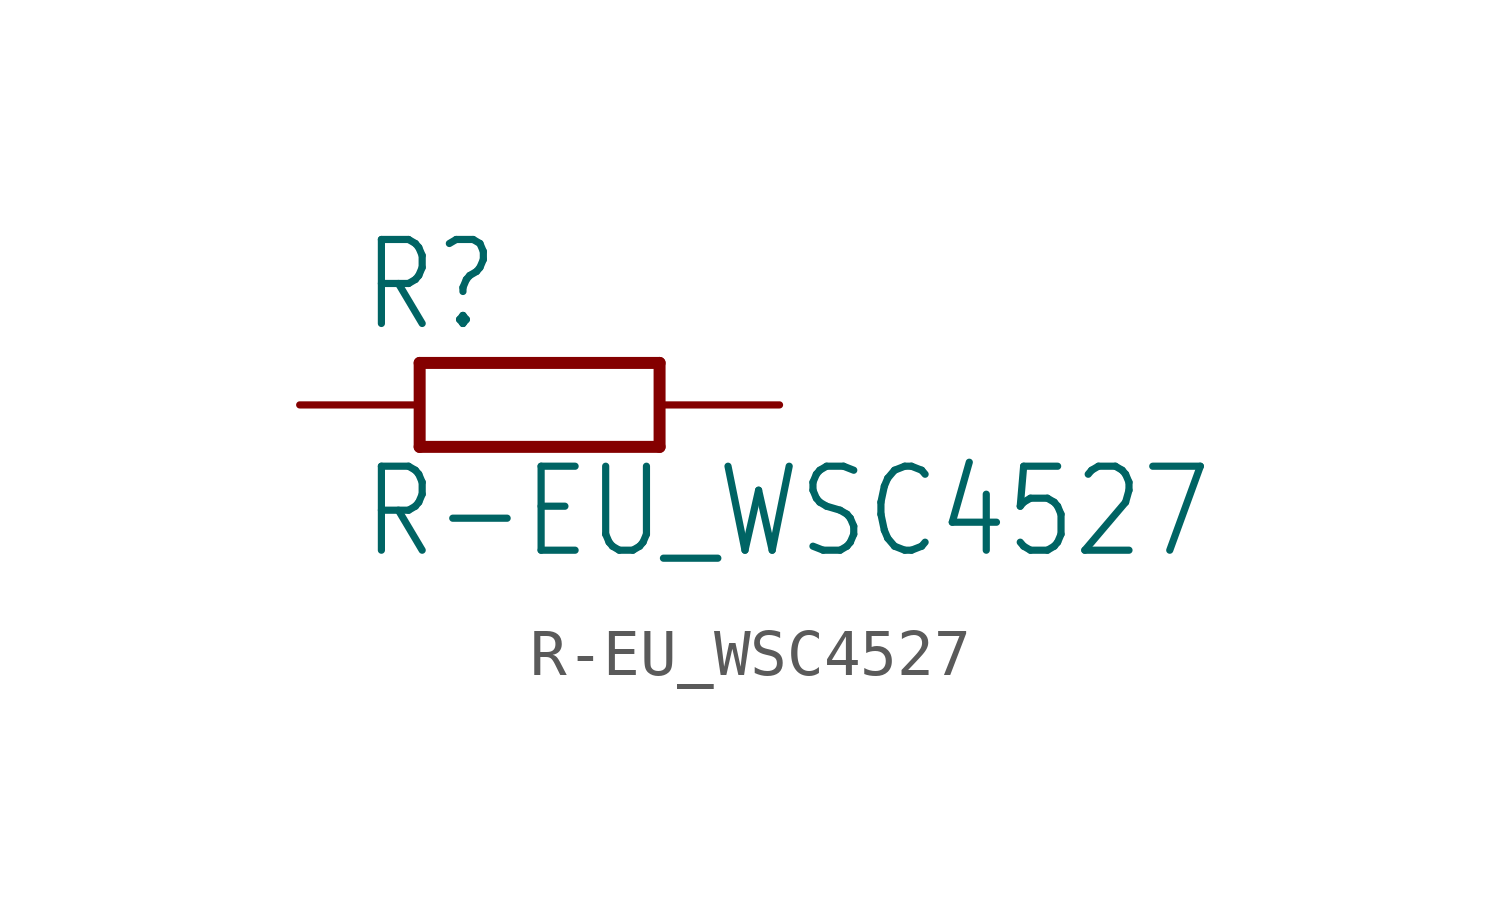
<source format=kicad_sym>
(kicad_symbol_lib
  (version 20220331)
  (generator kicad_symbol_editor)
  (symbol "R-EU_WSC4527"
    (property "Reference" "R"
      (at -3.81 1.499 0)
      (effects (font (size 1.778 1.511)) (justify left bottom)))
    (property "Value" "R-EU_WSC4527"
      (at -3.81 -3.302 0)
      (effects (font (size 1.778 1.511)) (justify left bottom)))
    (property "ki_locked" ""
      (at 0 0 0)
      (effects (font (size 1.27 1.27))))
    (symbol "R-EU_WSC4527_1_0"
      (polyline (pts (xy -2.54 -0.889) (xy -2.54 0.889)) (stroke (width 0.254) (type solid)) (fill (type none)))
      (polyline (pts (xy -2.54 -0.889) (xy 2.54 -0.889)) (stroke (width 0.254) (type solid)) (fill (type none)))
      (polyline (pts (xy 2.54 -0.889) (xy 2.54 0.889)) (stroke (width 0.254) (type solid)) (fill (type none)))
      (polyline (pts (xy 2.54 0.889) (xy -2.54 0.889)) (stroke (width 0.254) (type solid)) (fill (type none)))
      (pin passive line (at -5.08 0 0) (length 2.54) (name "1" (effects (font (size 0 0)))) (number "1" (effects (font (size 0 0)))))
      (pin passive line (at 5.08 0 180) (length 2.54) (name "2" (effects (font (size 0 0)))) (number "2" (effects (font (size 0 0))))))))
</source>
